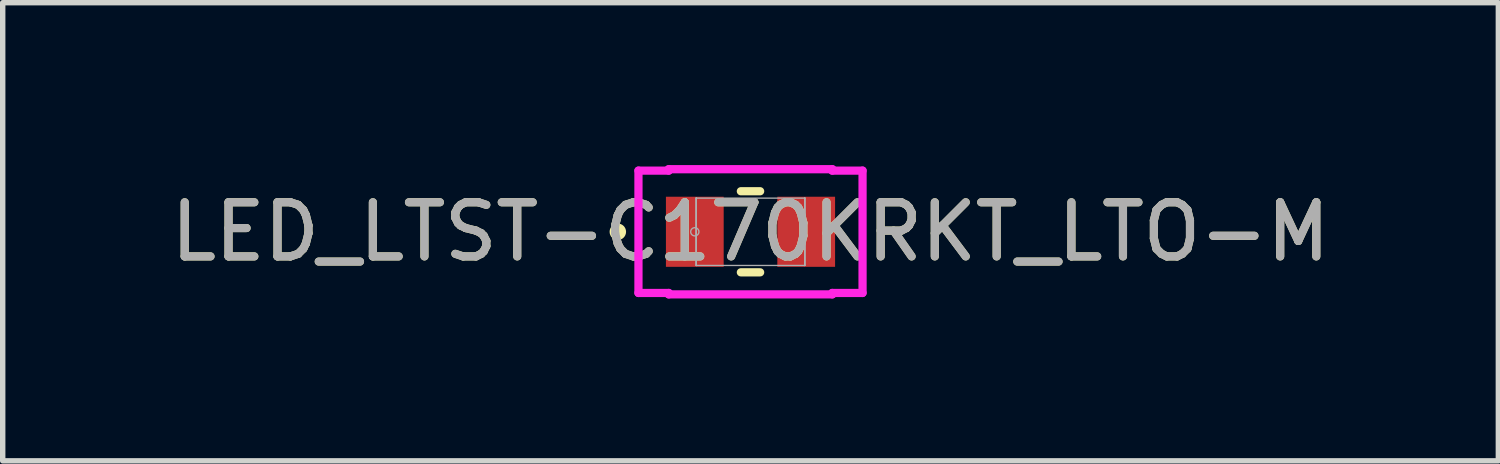
<source format=kicad_pcb>
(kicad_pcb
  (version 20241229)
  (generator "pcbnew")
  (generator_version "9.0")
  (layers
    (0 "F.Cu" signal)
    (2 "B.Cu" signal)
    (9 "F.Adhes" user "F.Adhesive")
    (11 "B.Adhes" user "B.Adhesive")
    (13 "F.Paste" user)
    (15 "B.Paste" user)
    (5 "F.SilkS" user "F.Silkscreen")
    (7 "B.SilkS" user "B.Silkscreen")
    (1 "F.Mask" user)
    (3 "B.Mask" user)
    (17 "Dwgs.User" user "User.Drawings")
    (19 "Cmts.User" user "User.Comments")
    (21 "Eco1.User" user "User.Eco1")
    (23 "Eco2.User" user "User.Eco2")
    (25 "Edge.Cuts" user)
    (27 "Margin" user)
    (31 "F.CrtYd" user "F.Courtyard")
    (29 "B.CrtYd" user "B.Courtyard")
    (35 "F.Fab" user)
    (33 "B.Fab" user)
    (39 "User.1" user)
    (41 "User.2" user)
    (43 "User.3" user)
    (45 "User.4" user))
  (footprint "LED_LTST-C170KRKT_LTO-M"
    (layer "F.Cu")
    (at 10.815 1.232)
    (property "Reference" "LED_LTST-C170KRKT_LTO-M" (at 0 0 0) (unlocked yes) (layer "F.SilkS") (effects (font (size 1 1) (thickness 0.15))))
    (attr smd)
    (fp_line (start -0.178 0.749) (end 0.178 0.749) (stroke (width 0.152) (type solid)) (layer "F.SilkS"))
    (fp_line (start 0.178 -0.749) (end -0.178 -0.749) (stroke (width 0.152) (type solid)) (layer "F.SilkS"))
    (fp_circle (center -2.451 0) (end -2.375 0) (stroke (width 0.152) (type solid)) (fill no) (layer "F.SilkS"))
    (fp_line (start -2.07 -1.13) (end -1.511 -1.13) (stroke (width 0.152) (type solid)) (layer "F.CrtYd"))
    (fp_line (start -2.07 1.13) (end -2.07 -1.13) (stroke (width 0.152) (type solid)) (layer "F.CrtYd"))
    (fp_line (start -1.511 -1.156) (end 1.511 -1.156) (stroke (width 0.152) (type solid)) (layer "F.CrtYd"))
    (fp_line (start -1.511 -1.13) (end -1.511 -1.156) (stroke (width 0.152) (type solid)) (layer "F.CrtYd"))
    (fp_line (start -1.511 1.13) (end -2.07 1.13) (stroke (width 0.152) (type solid)) (layer "F.CrtYd"))
    (fp_line (start -1.511 1.156) (end -1.511 1.13) (stroke (width 0.152) (type solid)) (layer "F.CrtYd"))
    (fp_line (start 1.511 -1.156) (end 1.511 -1.13) (stroke (width 0.152) (type solid)) (layer "F.CrtYd"))
    (fp_line (start 1.511 -1.13) (end 2.07 -1.13) (stroke (width 0.152) (type solid)) (layer "F.CrtYd"))
    (fp_line (start 1.511 1.13) (end 1.511 1.156) (stroke (width 0.152) (type solid)) (layer "F.CrtYd"))
    (fp_line (start 1.511 1.156) (end -1.511 1.156) (stroke (width 0.152) (type solid)) (layer "F.CrtYd"))
    (fp_line (start 2.07 -1.13) (end 2.07 1.13) (stroke (width 0.152) (type solid)) (layer "F.CrtYd"))
    (fp_line (start 2.07 1.13) (end 1.511 1.13) (stroke (width 0.152) (type solid)) (layer "F.CrtYd"))
    (fp_line (start -1.003 -0.622) (end -1.003 -0.622) (stroke (width 0.025) (type solid)) (layer "F.Fab"))
    (fp_line (start -1.003 -0.622) (end -1.003 0.622) (stroke (width 0.025) (type solid)) (layer "F.Fab"))
    (fp_line (start -1.003 -0.622) (end -1.003 0.622) (stroke (width 0.025) (type solid)) (layer "F.Fab"))
    (fp_line (start -1.003 0.622) (end -1.003 -0.622) (stroke (width 0.025) (type solid)) (layer "F.Fab"))
    (fp_line (start -1.003 0.622) (end -1.003 0.622) (stroke (width 0.025) (type solid)) (layer "F.Fab"))
    (fp_line (start -1.003 0.622) (end 1.003 0.622) (stroke (width 0.025) (type solid)) (layer "F.Fab"))
    (fp_line (start 1.003 -0.622) (end -1.003 -0.622) (stroke (width 0.025) (type solid)) (layer "F.Fab"))
    (fp_line (start 1.003 -0.622) (end 1.003 -0.622) (stroke (width 0.025) (type solid)) (layer "F.Fab"))
    (fp_line (start 1.003 -0.622) (end 1.003 0.622) (stroke (width 0.025) (type solid)) (layer "F.Fab"))
    (fp_line (start 1.003 0.622) (end 1.003 -0.622) (stroke (width 0.025) (type solid)) (layer "F.Fab"))
    (fp_line (start 1.003 0.622) (end 1.003 -0.622) (stroke (width 0.025) (type solid)) (layer "F.Fab"))
    (fp_line (start 1.003 0.622) (end 1.003 0.622) (stroke (width 0.025) (type solid)) (layer "F.Fab"))
    (fp_circle (center -1.029 0) (end -0.953 0) (stroke (width 0.025) (type solid)) (fill no) (layer "F.Fab"))
    (fp_text user "${REFERENCE}" (at 0 0 0) (unlocked yes) (layer "F.Fab") (effects (font (size 1 1) (thickness 0.15))))
    (pad "1" smd rect (at -1.029 0) (size 1.067 1.295) (layers "F.Cu" "F.Mask" "F.Paste"))
    (pad "2" smd rect (at 1.029 0) (size 1.067 1.295) (layers "F.Cu" "F.Mask" "F.Paste"))
    (zone (net_name "") (layer "F.Cu") (hatch full 0.508) (connect_pads) (min_thickness 0.254) (filled_areas_thickness no) (keepout (tracks not_allowed) (vias not_allowed) (pads allowed) (copperpour not_allowed) (footprints allowed)) (placement (enabled no)) (fill) (polygon (pts (xy 10.371 0.66) (xy 11.26 0.66) (xy 11.26 1.803) (xy 10.371 1.803)))))
  (gr_rect
    (start -3 -3)
    (end 24.631 5.464)
    (stroke (width 0.1) (type default))
    (fill no)
    (layer "Edge.Cuts")))
</source>
